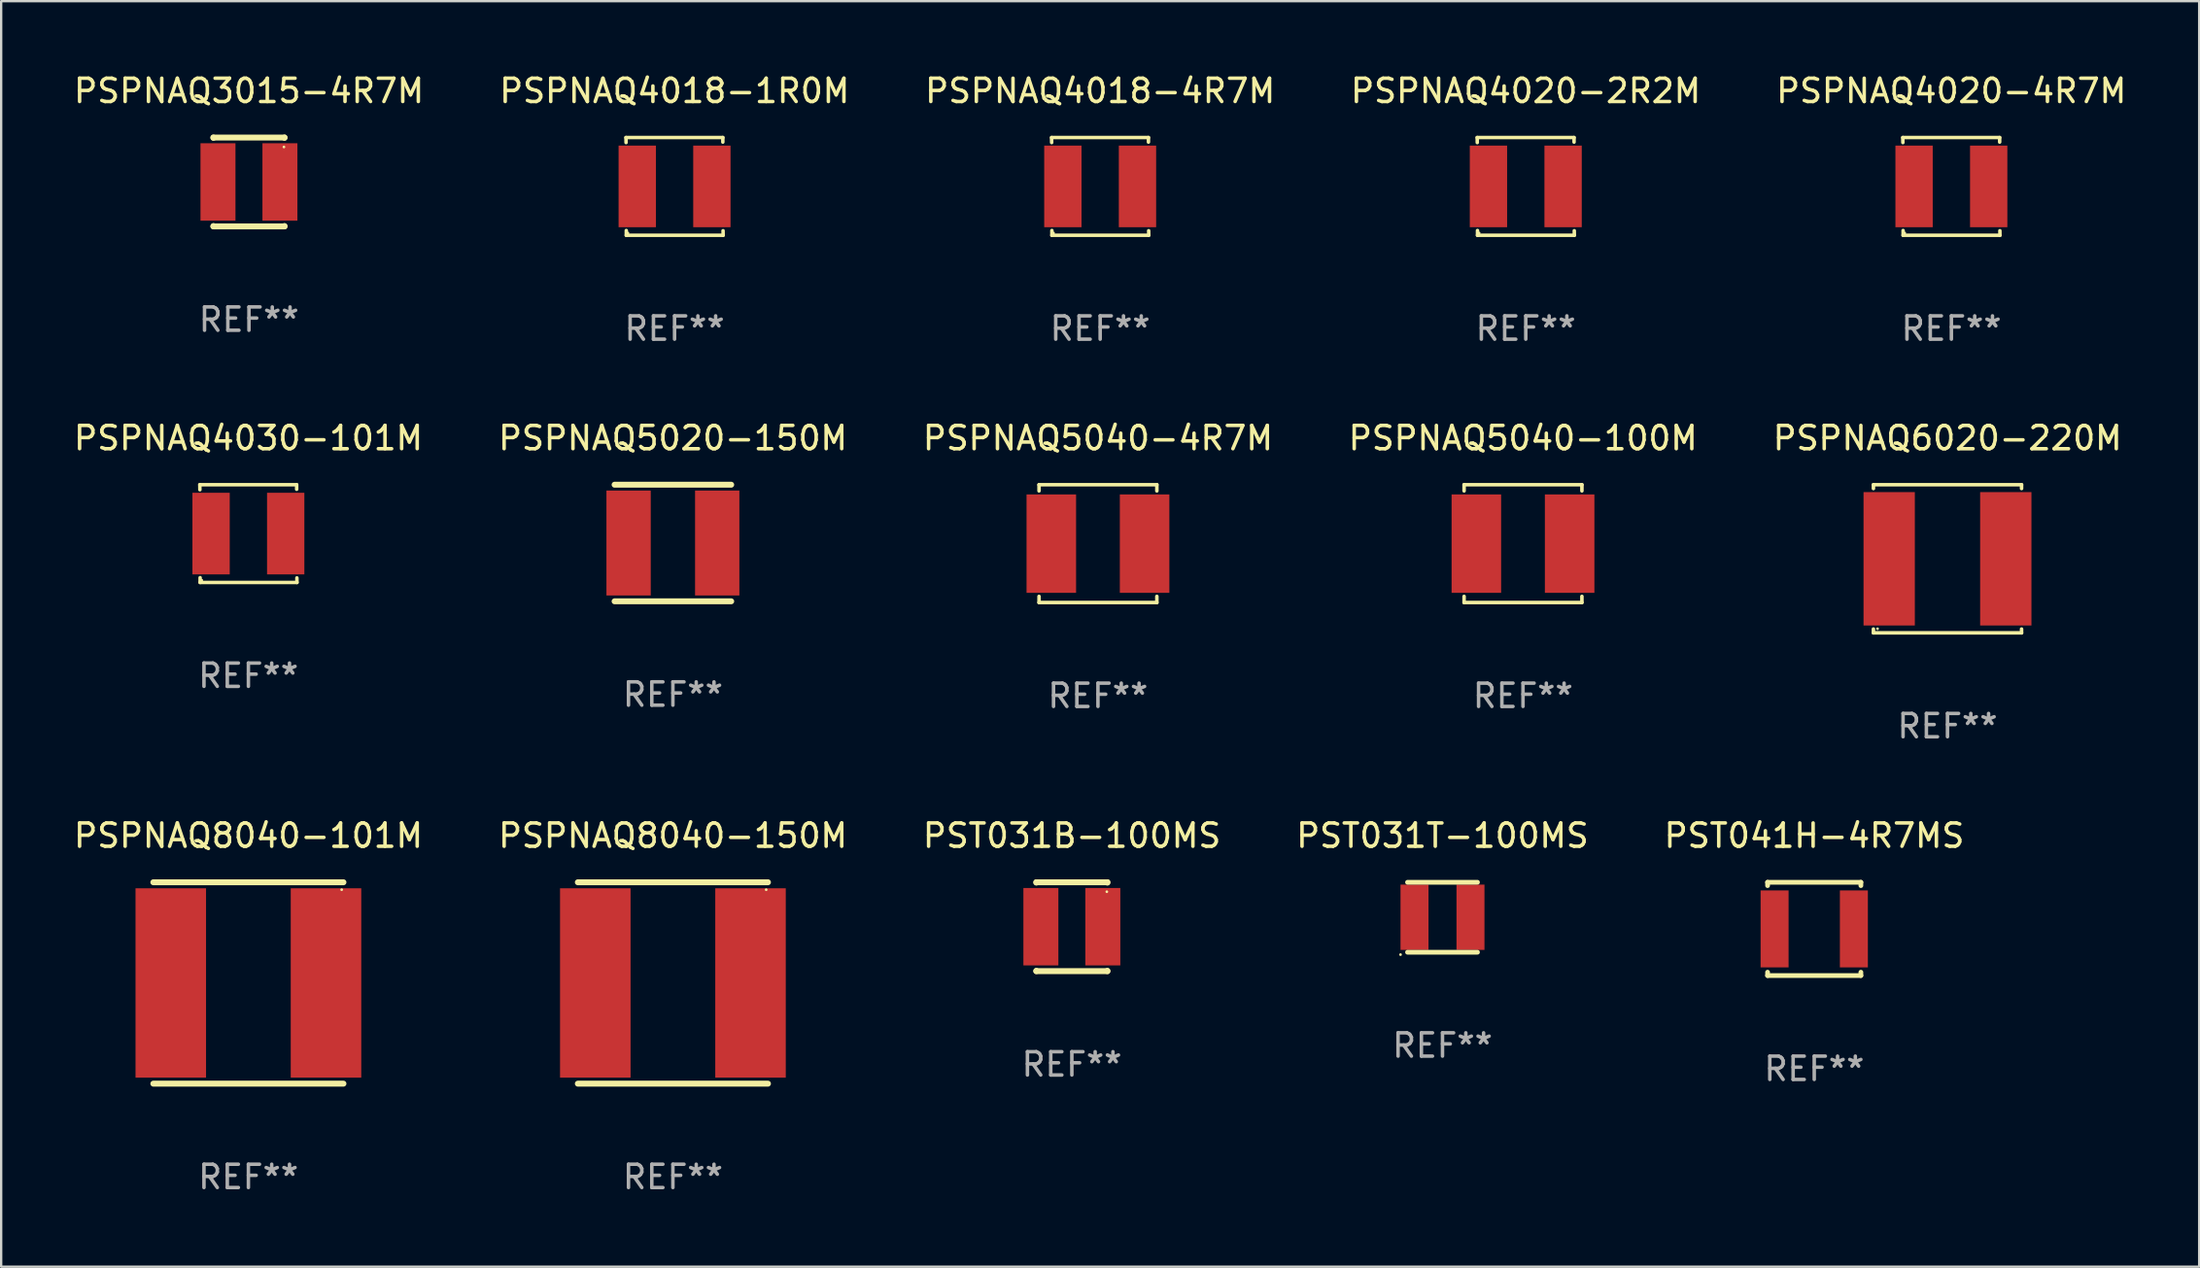
<source format=kicad_pcb>
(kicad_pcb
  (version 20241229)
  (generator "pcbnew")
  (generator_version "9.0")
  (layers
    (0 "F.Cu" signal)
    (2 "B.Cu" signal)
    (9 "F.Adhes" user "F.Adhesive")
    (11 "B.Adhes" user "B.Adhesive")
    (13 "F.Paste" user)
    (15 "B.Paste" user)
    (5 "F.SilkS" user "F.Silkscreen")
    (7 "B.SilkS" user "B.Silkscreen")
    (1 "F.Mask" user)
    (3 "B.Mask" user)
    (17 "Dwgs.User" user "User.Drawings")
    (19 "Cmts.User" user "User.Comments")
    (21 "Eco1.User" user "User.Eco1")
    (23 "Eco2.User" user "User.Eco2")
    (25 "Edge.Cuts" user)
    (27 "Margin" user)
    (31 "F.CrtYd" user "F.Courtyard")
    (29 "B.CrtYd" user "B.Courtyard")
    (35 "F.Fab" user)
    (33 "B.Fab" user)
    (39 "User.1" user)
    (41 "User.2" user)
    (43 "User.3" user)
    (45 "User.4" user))
  (footprint "PSPNAQ5020-150M"
    (layer "F.Cu")
    (at 25.804 20.236)
    (property "Reference" "PSPNAQ5020-150M" (at 0 -4.5 0) (layer "F.SilkS") (effects (font (size 1 1) (thickness 0.15))))
    (attr through_hole)
    (fp_line (start -2.5 -2.5) (end 2.5 -2.5) (stroke (width 0.254) (type solid)) (layer "F.SilkS"))
    (fp_line (start -2.5 2.5) (end 2.5 2.5) (stroke (width 0.254) (type solid)) (layer "F.SilkS"))
    (fp_circle (center -2.5 2.5) (end -2.47 2.5) (stroke (width 0.06) (type solid)) (fill no) (layer "F.SilkS"))
    (fp_text user "REF**" (at 0 6.5 0) (layer "F.Fab") (effects (font (size 1 1) (thickness 0.15))))
    (pad "1" smd rect (at -1.9 0) (size 1.9 4.5) (layers "F.Cu" "F.Mask" "F.Paste"))
    (pad "2" smd rect (at 1.9 0) (size 1.9 4.5) (layers "F.Cu" "F.Mask" "F.Paste")))
  (footprint "PST041H-4R7MS"
    (layer "F.Cu")
    (at 74.744 36.785)
    (property "Reference" "PST041H-4R7MS" (at 0 -4 0) (layer "F.SilkS") (effects (font (size 1 1) (thickness 0.15))))
    (attr through_hole)
    (fp_line (start -2 -2) (end 2 -2) (stroke (width 0.203) (type solid)) (layer "F.SilkS"))
    (fp_line (start -2 -1.856) (end -2 -2) (stroke (width 0.203) (type solid)) (layer "F.SilkS"))
    (fp_line (start -2 2) (end -2 1.856) (stroke (width 0.203) (type solid)) (layer "F.SilkS"))
    (fp_line (start -2 2) (end 2 2) (stroke (width 0.203) (type solid)) (layer "F.SilkS"))
    (fp_line (start 2 -2) (end 2 -1.856) (stroke (width 0.203) (type solid)) (layer "F.SilkS"))
    (fp_line (start 2 1.856) (end 2 2) (stroke (width 0.203) (type solid)) (layer "F.SilkS"))
    (fp_circle (center -2 2) (end -1.97 2) (stroke (width 0.06) (type solid)) (fill no) (layer "F.SilkS"))
    (fp_text user "REF**" (at 0 6 0) (layer "F.Fab") (effects (font (size 1 1) (thickness 0.15))))
    (pad "1" smd rect (at -1.7 0 90) (size 3.3 1.2) (layers "F.Cu" "F.Mask" "F.Paste"))
    (pad "2" smd rect (at 1.7 0 90) (size 3.3 1.2) (layers "F.Cu" "F.Mask" "F.Paste")))
  (footprint "PSPNAQ4030-101M"
    (layer "F.Cu")
    (at 7.601 19.832)
    (property "Reference" "PSPNAQ4030-101M" (at 0 -4.096 0) (layer "F.SilkS") (effects (font (size 1 1) (thickness 0.15))))
    (attr through_hole)
    (fp_line (start -2.083 -2.096) (end -2.08 -1.88) (stroke (width 0.15) (type solid)) (layer "F.SilkS"))
    (fp_line (start -2.07 1.89) (end -2.07 2.096) (stroke (width 0.15) (type solid)) (layer "F.SilkS"))
    (fp_line (start -2.07 2.096) (end 2.083 2.096) (stroke (width 0.15) (type solid)) (layer "F.SilkS"))
    (fp_line (start 2.07 -1.9) (end 2.07 -2.096) (stroke (width 0.15) (type solid)) (layer "F.SilkS"))
    (fp_line (start 2.07 -2.096) (end -2.083 -2.096) (stroke (width 0.15) (type solid)) (layer "F.SilkS"))
    (fp_line (start 2.083 2.096) (end 2.08 1.9) (stroke (width 0.15) (type solid)) (layer "F.SilkS"))
    (fp_circle (center -2 2) (end -1.97 2) (stroke (width 0.06) (type solid)) (fill no) (layer "F.SilkS"))
    (fp_text user "REF**" (at 0 6.096 0) (layer "F.Fab") (effects (font (size 1 1) (thickness 0.15))))
    (pad "1" smd rect (at -1.6 -0.000343) (size 1.6 3.5) (layers "F.Cu" "F.Mask" "F.Paste"))
    (pad "2" smd rect (at 1.6 -0.000343) (size 1.6 3.5) (layers "F.Cu" "F.Mask" "F.Paste")))
  (footprint "PSPNAQ8040-150M"
    (layer "F.Cu")
    (at 25.804 39.103)
    (property "Reference" "PSPNAQ8040-150M" (at 0 -6.318 0) (layer "F.SilkS") (effects (font (size 1 1) (thickness 0.15))))
    (attr through_hole)
    (fp_line (start -4.076 -4.318) (end 4.076 -4.318) (stroke (width 0.254) (type solid)) (layer "F.SilkS"))
    (fp_line (start -4.076 4.318) (end 4.076 4.318) (stroke (width 0.254) (type solid)) (layer "F.SilkS"))
    (fp_circle (center 4 -4) (end 4.03 -4) (stroke (width 0.06) (type solid)) (fill no) (layer "F.SilkS"))
    (fp_text user "REF**" (at 0 8.318 0) (layer "F.Fab") (effects (font (size 1 1) (thickness 0.15))))
    (pad "1" smd rect (at 3.328 0) (size 3.024 8.12) (layers "F.Cu" "F.Mask" "F.Paste"))
    (pad "2" smd rect (at -3.328 0) (size 3.024 8.12) (layers "F.Cu" "F.Mask" "F.Paste")))
  (footprint "PSPNAQ4018-1R0M"
    (layer "F.Cu")
    (at 25.875 4.944)
    (property "Reference" "PSPNAQ4018-1R0M" (at 0 -4.096 0) (layer "F.SilkS") (effects (font (size 1 1) (thickness 0.15))))
    (attr through_hole)
    (fp_line (start -2.083 -2.096) (end -2.08 -1.88) (stroke (width 0.15) (type solid)) (layer "F.SilkS"))
    (fp_line (start -2.07 1.89) (end -2.07 2.096) (stroke (width 0.15) (type solid)) (layer "F.SilkS"))
    (fp_line (start -2.07 2.096) (end 2.083 2.096) (stroke (width 0.15) (type solid)) (layer "F.SilkS"))
    (fp_line (start 2.07 -1.9) (end 2.07 -2.096) (stroke (width 0.15) (type solid)) (layer "F.SilkS"))
    (fp_line (start 2.07 -2.096) (end -2.083 -2.096) (stroke (width 0.15) (type solid)) (layer "F.SilkS"))
    (fp_line (start 2.083 2.096) (end 2.08 1.9) (stroke (width 0.15) (type solid)) (layer "F.SilkS"))
    (fp_circle (center -2 2) (end -1.97 2) (stroke (width 0.06) (type solid)) (fill no) (layer "F.SilkS"))
    (fp_text user "REF**" (at 0 6.096 0) (layer "F.Fab") (effects (font (size 1 1) (thickness 0.15))))
    (pad "1" smd rect (at -1.6 -0.000343) (size 1.6 3.5) (layers "F.Cu" "F.Mask" "F.Paste"))
    (pad "2" smd rect (at 1.6 -0.000343) (size 1.6 3.5) (layers "F.Cu" "F.Mask" "F.Paste")))
  (footprint "PSPNAQ6020-220M"
    (layer "F.Cu")
    (at 80.458 20.913)
    (property "Reference" "PSPNAQ6020-220M" (at 0 -5.176 0) (layer "F.SilkS") (effects (font (size 1 1) (thickness 0.15))))
    (attr through_hole)
    (fp_line (start -3.176 -3.176) (end 3.176 -3.176) (stroke (width 0.152) (type solid)) (layer "F.SilkS"))
    (fp_line (start -3.176 -3.012) (end -3.176 -3.176) (stroke (width 0.152) (type solid)) (layer "F.SilkS"))
    (fp_line (start -3.176 3.012) (end -3.176 3.176) (stroke (width 0.152) (type solid)) (layer "F.SilkS"))
    (fp_line (start -3.176 3.176) (end 3.176 3.176) (stroke (width 0.152) (type solid)) (layer "F.SilkS"))
    (fp_line (start 3.176 -3.176) (end 3.176 -3.012) (stroke (width 0.152) (type solid)) (layer "F.SilkS"))
    (fp_line (start 3.176 3.176) (end 3.176 3.012) (stroke (width 0.152) (type solid)) (layer "F.SilkS"))
    (fp_circle (center -3 3) (end -2.97 3) (stroke (width 0.06) (type solid)) (fill no) (layer "F.SilkS"))
    (fp_text user "REF**" (at 0 7.176 0) (layer "F.Fab") (effects (font (size 1 1) (thickness 0.15))))
    (pad "1" smd rect (at -2.5 0) (size 2.2 5.72) (layers "F.Cu" "F.Mask" "F.Paste"))
    (pad "2" smd rect (at 2.5 0) (size 2.2 5.72) (layers "F.Cu" "F.Mask" "F.Paste")))
  (footprint "PSPNAQ8040-101M"
    (layer "F.Cu")
    (at 7.601 39.103)
    (property "Reference" "PSPNAQ8040-101M" (at 0 -6.318 0) (layer "F.SilkS") (effects (font (size 1 1) (thickness 0.15))))
    (attr through_hole)
    (fp_line (start -4.076 -4.318) (end 4.076 -4.318) (stroke (width 0.254) (type solid)) (layer "F.SilkS"))
    (fp_line (start -4.076 4.318) (end 4.076 4.318) (stroke (width 0.254) (type solid)) (layer "F.SilkS"))
    (fp_circle (center 4 -4) (end 4.03 -4) (stroke (width 0.06) (type solid)) (fill no) (layer "F.SilkS"))
    (fp_text user "REF**" (at 0 8.318 0) (layer "F.Fab") (effects (font (size 1 1) (thickness 0.15))))
    (pad "1" smd rect (at 3.328 0) (size 3.024 8.12) (layers "F.Cu" "F.Mask" "F.Paste"))
    (pad "2" smd rect (at -3.328 0) (size 3.024 8.12) (layers "F.Cu" "F.Mask" "F.Paste")))
  (footprint "PST031T-100MS"
    (layer "F.Cu")
    (at 58.804 36.285)
    (property "Reference" "PST031T-100MS" (at 0 -3.5 0) (layer "F.SilkS") (effects (font (size 1 1) (thickness 0.15))))
    (attr through_hole)
    (fp_line (start -1.5 -1.5) (end 1.5 -1.5) (stroke (width 0.203) (type solid)) (layer "F.SilkS"))
    (fp_line (start -1.5 1.5) (end 1.5 1.5) (stroke (width 0.203) (type solid)) (layer "F.SilkS"))
    (fp_circle (center -1.8 1.602) (end -1.77 1.602) (stroke (width 0.06) (type solid)) (fill no) (layer "F.SilkS"))
    (fp_text user "REF**" (at 0 5.5 0) (layer "F.Fab") (effects (font (size 1 1) (thickness 0.15))))
    (pad "1" smd rect (at -1.2 0 180) (size 1.2 2.8) (layers "F.Cu" "F.Mask" "F.Paste"))
    (pad "2" smd rect (at 1.2 0 180) (size 1.2 2.8) (layers "F.Cu" "F.Mask" "F.Paste")))
  (footprint "PSPNAQ5040-4R7M"
    (layer "F.Cu")
    (at 44.03 20.263)
    (property "Reference" "PSPNAQ5040-4R7M" (at 0 -4.526 0) (layer "F.SilkS") (effects (font (size 1 1) (thickness 0.15))))
    (attr through_hole)
    (fp_line (start -2.526 -2.526) (end 2.526 -2.526) (stroke (width 0.152) (type solid)) (layer "F.SilkS"))
    (fp_line (start -2.526 -2.262) (end -2.526 -2.526) (stroke (width 0.152) (type solid)) (layer "F.SilkS"))
    (fp_line (start -2.526 2.262) (end -2.526 2.526) (stroke (width 0.152) (type solid)) (layer "F.SilkS"))
    (fp_line (start -2.526 2.526) (end 2.526 2.526) (stroke (width 0.152) (type solid)) (layer "F.SilkS"))
    (fp_line (start 2.526 -2.526) (end 2.526 -2.262) (stroke (width 0.152) (type solid)) (layer "F.SilkS"))
    (fp_line (start 2.526 2.526) (end 2.526 2.262) (stroke (width 0.152) (type solid)) (layer "F.SilkS"))
    (fp_circle (center 2.5 -2.5) (end 2.53 -2.5) (stroke (width 0.06) (type solid)) (fill no) (layer "F.SilkS"))
    (fp_text user "REF**" (at 0 6.526 0) (layer "F.Fab") (effects (font (size 1 1) (thickness 0.15))))
    (pad "1" smd rect (at 2 0) (size 2.124 4.22) (layers "F.Cu" "F.Mask" "F.Paste"))
    (pad "2" smd rect (at -2 0) (size 2.124 4.22) (layers "F.Cu" "F.Mask" "F.Paste")))
  (footprint "PSPNAQ4020-4R7M"
    (layer "F.Cu")
    (at 80.625 4.944)
    (property "Reference" "PSPNAQ4020-4R7M" (at 0 -4.096 0) (layer "F.SilkS") (effects (font (size 1 1) (thickness 0.15))))
    (attr through_hole)
    (fp_line (start -2.083 -2.096) (end -2.08 -1.88) (stroke (width 0.15) (type solid)) (layer "F.SilkS"))
    (fp_line (start -2.07 1.89) (end -2.07 2.096) (stroke (width 0.15) (type solid)) (layer "F.SilkS"))
    (fp_line (start -2.07 2.096) (end 2.083 2.096) (stroke (width 0.15) (type solid)) (layer "F.SilkS"))
    (fp_line (start 2.07 -1.9) (end 2.07 -2.096) (stroke (width 0.15) (type solid)) (layer "F.SilkS"))
    (fp_line (start 2.07 -2.096) (end -2.083 -2.096) (stroke (width 0.15) (type solid)) (layer "F.SilkS"))
    (fp_line (start 2.083 2.096) (end 2.08 1.9) (stroke (width 0.15) (type solid)) (layer "F.SilkS"))
    (fp_circle (center -2 2) (end -1.97 2) (stroke (width 0.06) (type solid)) (fill no) (layer "F.SilkS"))
    (fp_text user "REF**" (at 0 6.096 0) (layer "F.Fab") (effects (font (size 1 1) (thickness 0.15))))
    (pad "1" smd rect (at -1.6 -0.000343) (size 1.6 3.5) (layers "F.Cu" "F.Mask" "F.Paste"))
    (pad "2" smd rect (at 1.6 -0.000343) (size 1.6 3.5) (layers "F.Cu" "F.Mask" "F.Paste")))
  (footprint "PST031B-100MS"
    (layer "F.Cu")
    (at 42.911 36.69)
    (property "Reference" "PST031B-100MS" (at 0 -3.905 0) (layer "F.SilkS") (effects (font (size 1 1) (thickness 0.15))))
    (attr through_hole)
    (fp_line (start -1.524 -1.905) (end 1.524 -1.905) (stroke (width 0.254) (type solid)) (layer "F.SilkS"))
    (fp_line (start -1.524 -1.891) (end -1.524 -1.905) (stroke (width 0.254) (type solid)) (layer "F.SilkS"))
    (fp_line (start -1.524 1.905) (end -1.524 1.891) (stroke (width 0.254) (type solid)) (layer "F.SilkS"))
    (fp_line (start -1.524 1.905) (end 1.524 1.905) (stroke (width 0.254) (type solid)) (layer "F.SilkS"))
    (fp_line (start 1.524 -1.905) (end 1.524 -1.891) (stroke (width 0.254) (type solid)) (layer "F.SilkS"))
    (fp_line (start 1.524 1.891) (end 1.524 1.905) (stroke (width 0.254) (type solid)) (layer "F.SilkS"))
    (fp_circle (center 1.5 -1.5) (end 1.53 -1.5) (stroke (width 0.06) (type solid)) (fill no) (layer "F.SilkS"))
    (fp_text user "REF**" (at 0 5.905 0) (layer "F.Fab") (effects (font (size 1 1) (thickness 0.15))))
    (pad "1" smd rect (at 1.328 0) (size 1.5 3.32) (layers "F.Cu" "F.Mask" "F.Paste"))
    (pad "2" smd rect (at -1.328 0) (size 1.5 3.32) (layers "F.Cu" "F.Mask" "F.Paste")))
  (footprint "PSPNAQ4020-2R2M"
    (layer "F.Cu")
    (at 62.375 4.944)
    (property "Reference" "PSPNAQ4020-2R2M" (at 0 -4.096 0) (layer "F.SilkS") (effects (font (size 1 1) (thickness 0.15))))
    (attr through_hole)
    (fp_line (start -2.083 -2.096) (end -2.08 -1.88) (stroke (width 0.15) (type solid)) (layer "F.SilkS"))
    (fp_line (start -2.07 1.89) (end -2.07 2.096) (stroke (width 0.15) (type solid)) (layer "F.SilkS"))
    (fp_line (start -2.07 2.096) (end 2.083 2.096) (stroke (width 0.15) (type solid)) (layer "F.SilkS"))
    (fp_line (start 2.07 -1.9) (end 2.07 -2.096) (stroke (width 0.15) (type solid)) (layer "F.SilkS"))
    (fp_line (start 2.07 -2.096) (end -2.083 -2.096) (stroke (width 0.15) (type solid)) (layer "F.SilkS"))
    (fp_line (start 2.083 2.096) (end 2.08 1.9) (stroke (width 0.15) (type solid)) (layer "F.SilkS"))
    (fp_circle (center -2 2) (end -1.97 2) (stroke (width 0.06) (type solid)) (fill no) (layer "F.SilkS"))
    (fp_text user "REF**" (at 0 6.096 0) (layer "F.Fab") (effects (font (size 1 1) (thickness 0.15))))
    (pad "1" smd rect (at -1.6 -0.000343) (size 1.6 3.5) (layers "F.Cu" "F.Mask" "F.Paste"))
    (pad "2" smd rect (at 1.6 -0.000343) (size 1.6 3.5) (layers "F.Cu" "F.Mask" "F.Paste")))
  (footprint "PSPNAQ3015-4R7M"
    (layer "F.Cu")
    (at 7.625 4.753)
    (property "Reference" "PSPNAQ3015-4R7M" (at 0 -3.905 0) (layer "F.SilkS") (effects (font (size 1 1) (thickness 0.15))))
    (attr through_hole)
    (fp_line (start -1.524 -1.905) (end 1.524 -1.905) (stroke (width 0.254) (type solid)) (layer "F.SilkS"))
    (fp_line (start -1.524 -1.891) (end -1.524 -1.905) (stroke (width 0.254) (type solid)) (layer "F.SilkS"))
    (fp_line (start -1.524 1.905) (end -1.524 1.891) (stroke (width 0.254) (type solid)) (layer "F.SilkS"))
    (fp_line (start -1.524 1.905) (end 1.524 1.905) (stroke (width 0.254) (type solid)) (layer "F.SilkS"))
    (fp_line (start 1.524 -1.905) (end 1.524 -1.891) (stroke (width 0.254) (type solid)) (layer "F.SilkS"))
    (fp_line (start 1.524 1.891) (end 1.524 1.905) (stroke (width 0.254) (type solid)) (layer "F.SilkS"))
    (fp_circle (center 1.5 -1.5) (end 1.53 -1.5) (stroke (width 0.06) (type solid)) (fill no) (layer "F.SilkS"))
    (fp_text user "REF**" (at 0 5.905 0) (layer "F.Fab") (effects (font (size 1 1) (thickness 0.15))))
    (pad "1" smd rect (at 1.328 0) (size 1.5 3.32) (layers "F.Cu" "F.Mask" "F.Paste"))
    (pad "2" smd rect (at -1.328 0) (size 1.5 3.32) (layers "F.Cu" "F.Mask" "F.Paste")))
  (footprint "PSPNAQ5040-100M"
    (layer "F.Cu")
    (at 62.256 20.263)
    (property "Reference" "PSPNAQ5040-100M" (at 0 -4.526 0) (layer "F.SilkS") (effects (font (size 1 1) (thickness 0.15))))
    (attr through_hole)
    (fp_line (start -2.526 -2.526) (end 2.526 -2.526) (stroke (width 0.152) (type solid)) (layer "F.SilkS"))
    (fp_line (start -2.526 -2.262) (end -2.526 -2.526) (stroke (width 0.152) (type solid)) (layer "F.SilkS"))
    (fp_line (start -2.526 2.262) (end -2.526 2.526) (stroke (width 0.152) (type solid)) (layer "F.SilkS"))
    (fp_line (start -2.526 2.526) (end 2.526 2.526) (stroke (width 0.152) (type solid)) (layer "F.SilkS"))
    (fp_line (start 2.526 -2.526) (end 2.526 -2.262) (stroke (width 0.152) (type solid)) (layer "F.SilkS"))
    (fp_line (start 2.526 2.526) (end 2.526 2.262) (stroke (width 0.152) (type solid)) (layer "F.SilkS"))
    (fp_circle (center 2.5 -2.5) (end 2.53 -2.5) (stroke (width 0.06) (type solid)) (fill no) (layer "F.SilkS"))
    (fp_text user "REF**" (at 0 6.526 0) (layer "F.Fab") (effects (font (size 1 1) (thickness 0.15))))
    (pad "1" smd rect (at 2 0) (size 2.124 4.22) (layers "F.Cu" "F.Mask" "F.Paste"))
    (pad "2" smd rect (at -2 0) (size 2.124 4.22) (layers "F.Cu" "F.Mask" "F.Paste")))
  (footprint "PSPNAQ4018-4R7M"
    (layer "F.Cu")
    (at 44.125 4.944)
    (property "Reference" "PSPNAQ4018-4R7M" (at 0 -4.096 0) (layer "F.SilkS") (effects (font (size 1 1) (thickness 0.15))))
    (attr through_hole)
    (fp_line (start -2.083 -2.096) (end -2.08 -1.88) (stroke (width 0.15) (type solid)) (layer "F.SilkS"))
    (fp_line (start -2.07 1.89) (end -2.07 2.096) (stroke (width 0.15) (type solid)) (layer "F.SilkS"))
    (fp_line (start -2.07 2.096) (end 2.083 2.096) (stroke (width 0.15) (type solid)) (layer "F.SilkS"))
    (fp_line (start 2.07 -1.9) (end 2.07 -2.096) (stroke (width 0.15) (type solid)) (layer "F.SilkS"))
    (fp_line (start 2.07 -2.096) (end -2.083 -2.096) (stroke (width 0.15) (type solid)) (layer "F.SilkS"))
    (fp_line (start 2.083 2.096) (end 2.08 1.9) (stroke (width 0.15) (type solid)) (layer "F.SilkS"))
    (fp_circle (center -2 2) (end -1.97 2) (stroke (width 0.06) (type solid)) (fill no) (layer "F.SilkS"))
    (fp_text user "REF**" (at 0 6.096 0) (layer "F.Fab") (effects (font (size 1 1) (thickness 0.15))))
    (pad "1" smd rect (at -1.6 -0.000343) (size 1.6 3.5) (layers "F.Cu" "F.Mask" "F.Paste"))
    (pad "2" smd rect (at 1.6 -0.000343) (size 1.6 3.5) (layers "F.Cu" "F.Mask" "F.Paste")))
  (gr_rect
    (start -3 -3)
    (end 91.25 51.27)
    (stroke (width 0.1) (type default))
    (fill no)
    (layer "Edge.Cuts")))
</source>
